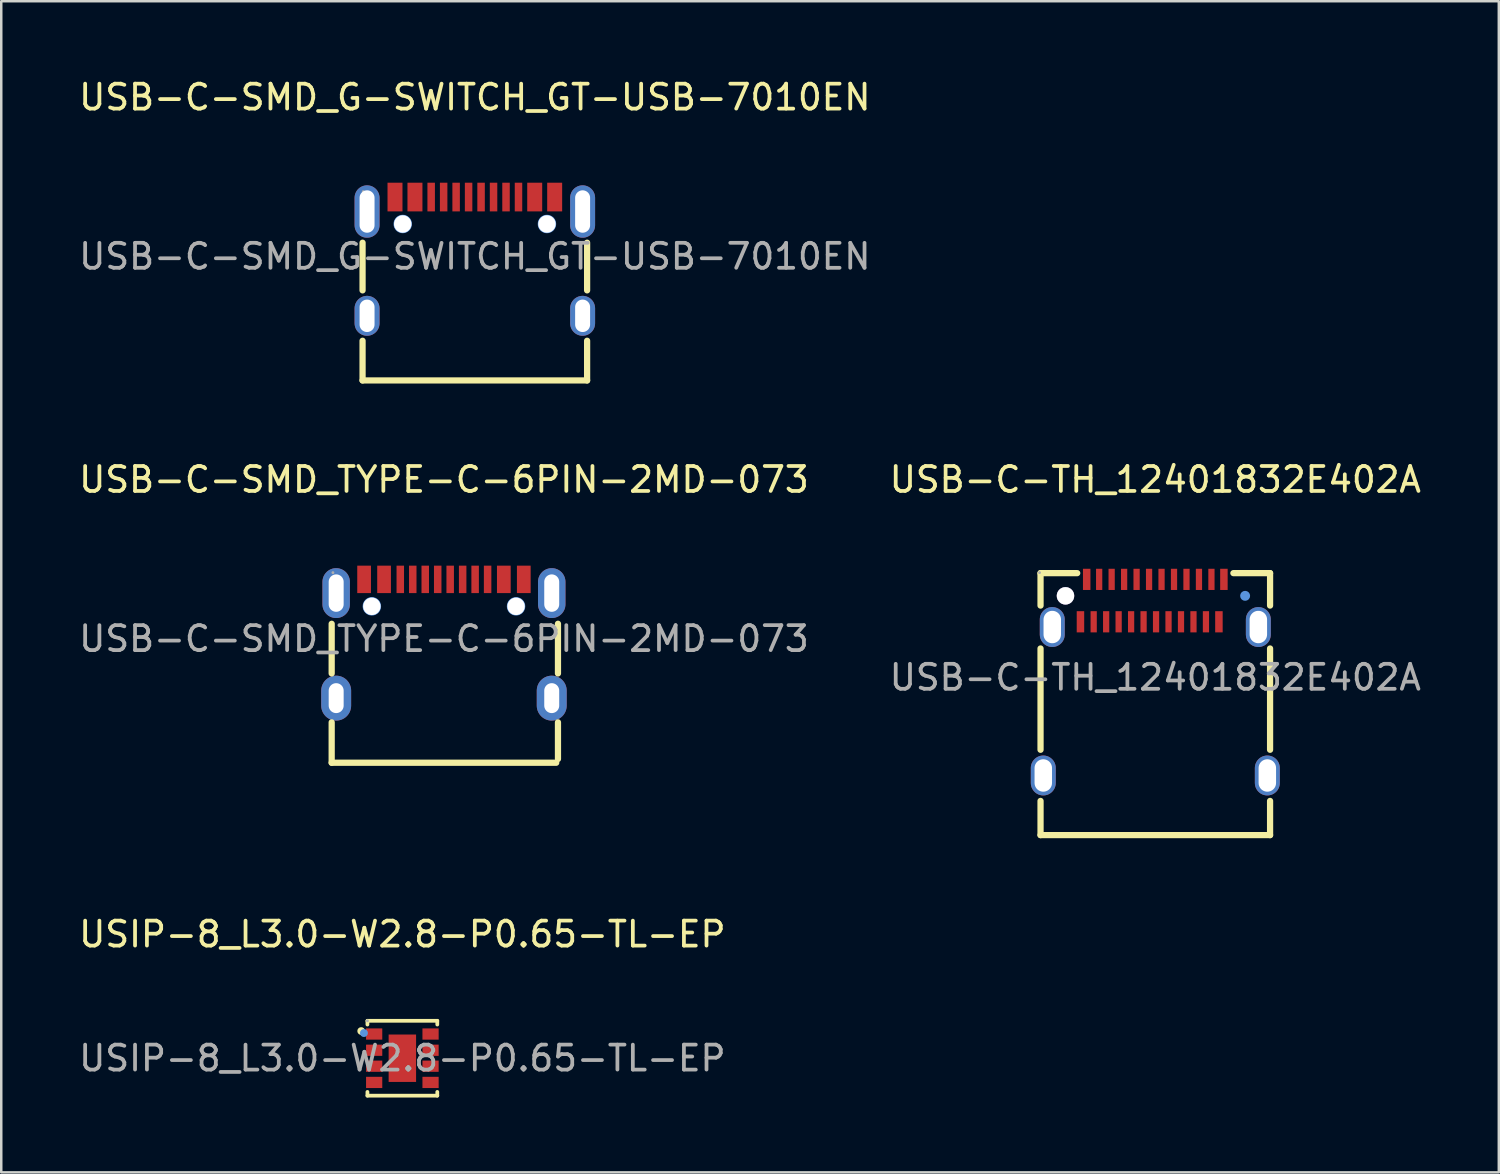
<source format=kicad_pcb>
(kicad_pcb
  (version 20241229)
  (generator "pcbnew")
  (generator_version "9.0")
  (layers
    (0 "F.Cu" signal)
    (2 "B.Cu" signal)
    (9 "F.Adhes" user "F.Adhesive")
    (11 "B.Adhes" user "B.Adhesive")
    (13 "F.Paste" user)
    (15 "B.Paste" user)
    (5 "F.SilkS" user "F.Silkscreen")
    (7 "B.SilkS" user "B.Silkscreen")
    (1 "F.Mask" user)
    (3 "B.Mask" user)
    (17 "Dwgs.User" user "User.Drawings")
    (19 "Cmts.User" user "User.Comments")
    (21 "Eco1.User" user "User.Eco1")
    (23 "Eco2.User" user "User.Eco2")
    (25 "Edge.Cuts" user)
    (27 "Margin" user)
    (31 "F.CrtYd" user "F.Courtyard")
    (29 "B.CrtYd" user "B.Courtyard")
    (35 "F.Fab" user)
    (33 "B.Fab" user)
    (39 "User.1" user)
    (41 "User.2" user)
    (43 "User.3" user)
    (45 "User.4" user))
  (footprint "USB-C-TH_12401832E402A"
    (layer "F.Cu")
    (at 43.256 24.102)
    (property "Reference" "USB-C-TH_12401832E402A" (at 0 -7.93 0) (layer "F.SilkS") (effects (font (size 1 1) (thickness 0.15))))
    (attr smd)
    (fp_line (start -4.6 -4.18) (end -4.6 -2.88) (stroke (width 0.25) (type solid)) (layer "F.SilkS"))
    (fp_line (start -4.6 -4.18) (end -3.13 -4.18) (stroke (width 0.25) (type solid)) (layer "F.SilkS"))
    (fp_line (start -4.6 -1.16) (end -4.6 2.9) (stroke (width 0.25) (type solid)) (layer "F.SilkS"))
    (fp_line (start -4.6 4.95) (end -4.6 6.32) (stroke (width 0.25) (type solid)) (layer "F.SilkS"))
    (fp_line (start -4.6 6.32) (end 4.6 6.32) (stroke (width 0.25) (type solid)) (layer "F.SilkS"))
    (fp_line (start 3.13 -4.18) (end 4.6 -4.18) (stroke (width 0.25) (type solid)) (layer "F.SilkS"))
    (fp_line (start 4.6 -4.18) (end 4.6 -2.88) (stroke (width 0.25) (type solid)) (layer "F.SilkS"))
    (fp_line (start 4.6 -1.16) (end 4.6 2.9) (stroke (width 0.25) (type solid)) (layer "F.SilkS"))
    (fp_line (start 4.6 4.95) (end 4.6 6.32) (stroke (width 0.25) (type solid)) (layer "F.SilkS"))
    (fp_circle (center -3.6 -3.27) (end -3.5 -3.27) (stroke (width 0.2) (type solid)) (fill no) (layer "Cmts.User"))
    (fp_circle (center 3.6 -3.27) (end 3.7 -3.27) (stroke (width 0.2) (type solid)) (fill no) (layer "Cmts.User"))
    (fp_circle (center -4.64 -4.2) (end -4.61 -4.2) (stroke (width 0.06) (type solid)) (fill no) (layer "F.Fab"))
    (fp_text user "${REFERENCE}" (at 0 0 0) (layer "F.Fab") (effects (font (size 1 1) (thickness 0.15))))
    (pad "" thru_hole circle (at -3.6 -3.27) (size 0.7 0.7) (drill 0.7) (layers "*.Cu" "*.Mask"))
    (pad "0" thru_hole oval (at -4.49 3.93) (size 1 1.6) (drill oval 0.7 1.3) (layers "*.Cu" "*.Paste" "*.Mask"))
    (pad "0" thru_hole oval (at -4.13 -2.02) (size 1 1.6) (drill oval 0.7 1.3) (layers "*.Cu" "*.Paste" "*.Mask"))
    (pad "0" thru_hole oval (at 4.13 -2.02) (size 1 1.6) (drill oval 0.7 1.3) (layers "*.Cu" "*.Paste" "*.Mask"))
    (pad "0" thru_hole oval (at 4.49 3.93) (size 1 1.6) (drill oval 0.7 1.3) (layers "*.Cu" "*.Paste" "*.Mask"))
    (pad "A1" smd rect (at -2.75 -3.93) (size 0.3 0.85) (layers "F.Cu" "F.Mask" "F.Paste"))
    (pad "A2" smd rect (at -2.25 -3.93) (size 0.25 0.85) (layers "F.Cu" "F.Mask" "F.Paste"))
    (pad "A3" smd rect (at -1.75 -3.93) (size 0.25 0.85) (layers "F.Cu" "F.Mask" "F.Paste"))
    (pad "A4" smd rect (at -1.25 -3.93) (size 0.25 0.85) (layers "F.Cu" "F.Mask" "F.Paste"))
    (pad "A5" smd rect (at -0.75 -3.93) (size 0.25 0.85) (layers "F.Cu" "F.Mask" "F.Paste"))
    (pad "A6" smd rect (at -0.25 -3.93) (size 0.25 0.85) (layers "F.Cu" "F.Mask" "F.Paste"))
    (pad "A7" smd rect (at 0.25 -3.93) (size 0.25 0.85) (layers "F.Cu" "F.Mask" "F.Paste"))
    (pad "A8" smd rect (at 0.75 -3.93) (size 0.25 0.85) (layers "F.Cu" "F.Mask" "F.Paste"))
    (pad "A9" smd rect (at 1.25 -3.93) (size 0.25 0.85) (layers "F.Cu" "F.Mask" "F.Paste"))
    (pad "A10" smd rect (at 1.75 -3.93) (size 0.25 0.85) (layers "F.Cu" "F.Mask" "F.Paste"))
    (pad "A11" smd rect (at 2.25 -3.93) (size 0.25 0.85) (layers "F.Cu" "F.Mask" "F.Paste"))
    (pad "A12" smd rect (at 2.75 -3.93) (size 0.3 0.85) (layers "F.Cu" "F.Mask" "F.Paste"))
    (pad "B1" smd rect (at 2.55 -2.23 180) (size 0.3 0.85) (layers "F.Cu" "F.Mask" "F.Paste"))
    (pad "B2" smd rect (at 2.03 -2.23 180) (size 0.25 0.85) (layers "F.Cu" "F.Mask" "F.Paste"))
    (pad "B3" smd rect (at 1.53 -2.23 180) (size 0.25 0.85) (layers "F.Cu" "F.Mask" "F.Paste"))
    (pad "B4" smd rect (at 1.03 -2.23 180) (size 0.25 0.85) (layers "F.Cu" "F.Mask" "F.Paste"))
    (pad "B5" smd rect (at 0.53 -2.23 180) (size 0.25 0.85) (layers "F.Cu" "F.Mask" "F.Paste"))
    (pad "B6" smd rect (at 0.03 -2.23 180) (size 0.25 0.85) (layers "F.Cu" "F.Mask" "F.Paste"))
    (pad "B7" smd rect (at -0.47 -2.23 180) (size 0.25 0.85) (layers "F.Cu" "F.Mask" "F.Paste"))
    (pad "B8" smd rect (at -0.97 -2.23 180) (size 0.25 0.85) (layers "F.Cu" "F.Mask" "F.Paste"))
    (pad "B9" smd rect (at -1.47 -2.23 180) (size 0.25 0.85) (layers "F.Cu" "F.Mask" "F.Paste"))
    (pad "B10" smd rect (at -1.97 -2.23 180) (size 0.25 0.85) (layers "F.Cu" "F.Mask" "F.Paste"))
    (pad "B11" smd rect (at -2.47 -2.23 180) (size 0.25 0.85) (layers "F.Cu" "F.Mask" "F.Paste"))
    (pad "B12" smd rect (at -3 -2.23 180) (size 0.3 0.85) (layers "F.Cu" "F.Mask" "F.Paste")))
  (footprint "USB-C-SMD_G-SWITCH_GT-USB-7010EN"
    (layer "F.Cu")
    (at 15.982 7.228)
    (property "Reference" "USB-C-SMD_G-SWITCH_GT-USB-7010EN" (at 0 -6.38 0) (layer "F.SilkS") (effects (font (size 1 1) (thickness 0.15))))
    (attr smd)
    (fp_line (start -4.5 1.36) (end -4.5 -0.55) (stroke (width 0.25) (type solid)) (layer "F.SilkS"))
    (fp_line (start -4.5 4.97) (end -4.5 3.38) (stroke (width 0.25) (type solid)) (layer "F.SilkS"))
    (fp_line (start -4.5 4.97) (end 4.5 4.97) (stroke (width 0.25) (type solid)) (layer "F.SilkS"))
    (fp_line (start 4.5 1.36) (end 4.5 -0.55) (stroke (width 0.25) (type solid)) (layer "F.SilkS"))
    (fp_line (start 4.5 4.97) (end 4.5 3.38) (stroke (width 0.25) (type solid)) (layer "F.SilkS"))
    (fp_circle (center -2.89 -1.3) (end -2.77 -1.3) (stroke (width 0.25) (type solid)) (fill no) (layer "Cmts.User"))
    (fp_circle (center 2.89 -1.3) (end 3.01 -1.3) (stroke (width 0.25) (type solid)) (fill no) (layer "Cmts.User"))
    (fp_circle (center -4.47 -2.6) (end -4.44 -2.6) (stroke (width 0.06) (type solid)) (fill no) (layer "F.Fab"))
    (fp_text user "${REFERENCE}" (at 0 0 0) (layer "F.Fab") (effects (font (size 1 1) (thickness 0.15))))
    (pad "" thru_hole circle (at -2.89 -1.3) (size 0.7 0.7) (drill 0.7) (layers "*.Cu" "*.Mask"))
    (pad "" thru_hole circle (at 2.89 -1.3) (size 0.7 0.7) (drill 0.7) (layers "*.Cu" "*.Mask"))
    (pad "1" thru_hole oval (at -4.32 -1.8) (size 1 2.1) (drill oval 0.6 1.7) (layers "*.Cu" "*.Paste" "*.Mask"))
    (pad "2" thru_hole oval (at 4.32 -1.8) (size 1 2.1) (drill oval 0.6 1.7) (layers "*.Cu" "*.Paste" "*.Mask"))
    (pad "3" thru_hole oval (at 4.32 2.38) (size 1 1.6) (drill oval 0.6 1.3) (layers "*.Cu" "*.Paste" "*.Mask"))
    (pad "4" thru_hole oval (at -4.32 2.38) (size 1 1.6) (drill oval 0.6 1.3) (layers "*.Cu" "*.Paste" "*.Mask"))
    (pad "A1B12" smd rect (at -3.2 -2.38) (size 0.6 1.15) (layers "F.Cu" "F.Mask" "F.Paste"))
    (pad "A4B9" smd rect (at -2.4 -2.38) (size 0.6 1.15) (layers "F.Cu" "F.Mask" "F.Paste"))
    (pad "A5" smd rect (at -1.25 -2.38) (size 0.3 1.15) (layers "F.Cu" "F.Mask" "F.Paste"))
    (pad "A6" smd rect (at -0.25 -2.38) (size 0.3 1.15) (layers "F.Cu" "F.Mask" "F.Paste"))
    (pad "A7" smd rect (at 0.25 -2.38) (size 0.3 1.15) (layers "F.Cu" "F.Mask" "F.Paste"))
    (pad "A8" smd rect (at 1.25 -2.38) (size 0.3 1.15) (layers "F.Cu" "F.Mask" "F.Paste"))
    (pad "B1A12" smd rect (at 3.2 -2.38) (size 0.6 1.15) (layers "F.Cu" "F.Mask" "F.Paste"))
    (pad "B4A9" smd rect (at 2.4 -2.38) (size 0.6 1.15) (layers "F.Cu" "F.Mask" "F.Paste"))
    (pad "B5" smd rect (at 1.75 -2.38) (size 0.3 1.15) (layers "F.Cu" "F.Mask" "F.Paste"))
    (pad "B6" smd rect (at 0.75 -2.38) (size 0.3 1.15) (layers "F.Cu" "F.Mask" "F.Paste"))
    (pad "B7" smd rect (at -0.75 -2.38) (size 0.3 1.15) (layers "F.Cu" "F.Mask" "F.Paste"))
    (pad "B8" smd rect (at -1.75 -2.38) (size 0.3 1.15) (layers "F.Cu" "F.Mask" "F.Paste")))
  (footprint "USIP-8_L3.0-W2.8-P0.65-TL-EP"
    (layer "F.Cu")
    (at 13.077 39.365)
    (property "Reference" "USIP-8_L3.0-W2.8-P0.65-TL-EP" (at 0 -4.97 0) (layer "F.SilkS") (effects (font (size 1 1) (thickness 0.15))))
    (attr smd)
    (fp_line (start -1.4 -1.5) (end -1.4 -1.35) (stroke (width 0.15) (type solid)) (layer "F.SilkS"))
    (fp_line (start -1.4 -1.5) (end 1.4 -1.5) (stroke (width 0.15) (type solid)) (layer "F.SilkS"))
    (fp_line (start -1.4 1.35) (end -1.4 1.5) (stroke (width 0.15) (type solid)) (layer "F.SilkS"))
    (fp_line (start -1.4 1.5) (end 1.4 1.5) (stroke (width 0.15) (type solid)) (layer "F.SilkS"))
    (fp_line (start 1.4 -1.5) (end 1.4 -1.35) (stroke (width 0.15) (type solid)) (layer "F.SilkS"))
    (fp_line (start 1.4 1.35) (end 1.4 1.5) (stroke (width 0.15) (type solid)) (layer "F.SilkS"))
    (fp_circle (center -1.65 -1.09) (end -1.57 -1.09) (stroke (width 0.15) (type solid)) (fill no) (layer "F.SilkS"))
    (fp_circle (center -1.54 -1.01) (end -1.46 -1.01) (stroke (width 0.16) (type solid)) (fill no) (layer "Cmts.User"))
    (fp_circle (center -1.4 -1.5) (end -1.37 -1.5) (stroke (width 0.06) (type solid)) (fill no) (layer "F.Fab"))
    (fp_text user "${REFERENCE}" (at 0 0 0) (layer "F.Fab") (effects (font (size 1 1) (thickness 0.15))))
    (pad "1" smd rect (at -1.13 -0.97) (size 0.65 0.45) (layers "F.Cu" "F.Mask" "F.Paste"))
    (pad "2" smd rect (at -1.13 -0.32) (size 0.65 0.45) (layers "F.Cu" "F.Mask" "F.Paste"))
    (pad "3" smd rect (at -1.13 0.32) (size 0.65 0.45) (layers "F.Cu" "F.Mask" "F.Paste"))
    (pad "4" smd rect (at -1.13 0.97) (size 0.65 0.45) (layers "F.Cu" "F.Mask" "F.Paste"))
    (pad "5" smd rect (at 1.13 0.97) (size 0.65 0.45) (layers "F.Cu" "F.Mask" "F.Paste"))
    (pad "6" smd rect (at 1.13 0.32) (size 0.65 0.45) (layers "F.Cu" "F.Mask" "F.Paste"))
    (pad "7" smd rect (at 1.13 -0.32) (size 0.65 0.45) (layers "F.Cu" "F.Mask" "F.Paste"))
    (pad "8" smd rect (at 1.13 -0.97) (size 0.65 0.45) (layers "F.Cu" "F.Mask" "F.Paste"))
    (pad "9" smd rect (at 0 0 90) (size 1.9 1.1) (layers "F.Cu" "F.Mask" "F.Paste")))
  (footprint "USB-C-SMD_TYPE-C-6PIN-2MD-073"
    (layer "F.Cu")
    (at 14.744 22.552)
    (property "Reference" "USB-C-SMD_TYPE-C-6PIN-2MD-073" (at 0 -6.38 0) (layer "F.SilkS") (effects (font (size 1 1) (thickness 0.15))))
    (attr smd)
    (fp_line (start -4.5 1.39) (end -4.5 -0.6) (stroke (width 0.25) (type solid)) (layer "F.SilkS"))
    (fp_line (start -4.5 4.97) (end -4.5 3.35) (stroke (width 0.25) (type solid)) (layer "F.SilkS"))
    (fp_line (start 4.5 4.97) (end -4.5 4.97) (stroke (width 0.25) (type solid)) (layer "F.SilkS"))
    (fp_line (start 4.57 1.39) (end 4.57 -0.6) (stroke (width 0.25) (type solid)) (layer "F.SilkS"))
    (fp_line (start 4.57 4.82) (end 4.57 3.35) (stroke (width 0.25) (type solid)) (layer "F.SilkS"))
    (fp_circle (center -2.89 -1.3) (end -2.77 -1.3) (stroke (width 0.25) (type solid)) (fill no) (layer "Cmts.User"))
    (fp_circle (center 2.89 -1.3) (end 3.01 -1.3) (stroke (width 0.25) (type solid)) (fill no) (layer "Cmts.User"))
    (fp_circle (center -4.45 -2.65) (end -4.42 -2.65) (stroke (width 0.06) (type solid)) (fill no) (layer "F.Fab"))
    (fp_text user "${REFERENCE}" (at 0 0 0) (layer "F.Fab") (effects (font (size 1 1) (thickness 0.15))))
    (pad "" thru_hole circle (at -2.89 -1.3) (size 0.7 0.7) (drill 0.7) (layers "*.Cu" "*.Mask"))
    (pad "" thru_hole circle (at 2.89 -1.3) (size 0.7 0.7) (drill 0.7) (layers "*.Cu" "*.Mask"))
    (pad "1" smd rect (at -3.2 -2.38) (size 0.55 1.1) (layers "F.Cu" "F.Mask" "F.Paste"))
    (pad "2" smd rect (at -2.4 -2.38) (size 0.55 1.1) (layers "F.Cu" "F.Mask" "F.Paste"))
    (pad "3" smd rect (at -1.75 -2.38) (size 0.3 1.1) (layers "F.Cu" "F.Mask" "F.Paste"))
    (pad "4" smd rect (at -1.25 -2.38) (size 0.3 1.1) (layers "F.Cu" "F.Mask" "F.Paste"))
    (pad "5" smd rect (at -0.75 -2.38) (size 0.3 1.1) (layers "F.Cu" "F.Mask" "F.Paste"))
    (pad "6" smd rect (at -0.25 -2.38) (size 0.3 1.1) (layers "F.Cu" "F.Mask" "F.Paste"))
    (pad "7" smd rect (at 0.25 -2.38) (size 0.3 1.1) (layers "F.Cu" "F.Mask" "F.Paste"))
    (pad "8" smd rect (at 0.75 -2.38) (size 0.3 1.1) (layers "F.Cu" "F.Mask" "F.Paste"))
    (pad "9" smd rect (at 1.25 -2.38) (size 0.3 1.1) (layers "F.Cu" "F.Mask" "F.Paste"))
    (pad "10" smd rect (at 1.75 -2.38) (size 0.3 1.1) (layers "F.Cu" "F.Mask" "F.Paste"))
    (pad "11" smd rect (at 2.4 -2.38) (size 0.55 1.1) (layers "F.Cu" "F.Mask" "F.Paste"))
    (pad "12" smd rect (at 3.2 -2.38) (size 0.55 1.1) (layers "F.Cu" "F.Mask" "F.Paste"))
    (pad "13" thru_hole oval (at -4.32 -1.83) (size 1.1 2) (drill oval 0.6 1.5) (layers "*.Cu" "*.Paste" "*.Mask"))
    (pad "13" thru_hole oval (at -4.32 2.38) (size 1.2 1.8) (drill oval 0.6 1.2) (layers "*.Cu" "*.Paste" "*.Mask"))
    (pad "14" thru_hole oval (at 4.32 -1.83) (size 1.1 2) (drill oval 0.6 1.5) (layers "*.Cu" "*.Paste" "*.Mask"))
    (pad "14" thru_hole oval (at 4.32 2.38) (size 1.2 1.8) (drill oval 0.6 1.2) (layers "*.Cu" "*.Paste" "*.Mask")))
  (gr_rect
    (start -3 -3)
    (end 57.024 43.94)
    (stroke (width 0.1) (type default))
    (fill no)
    (layer "Edge.Cuts")))
</source>
